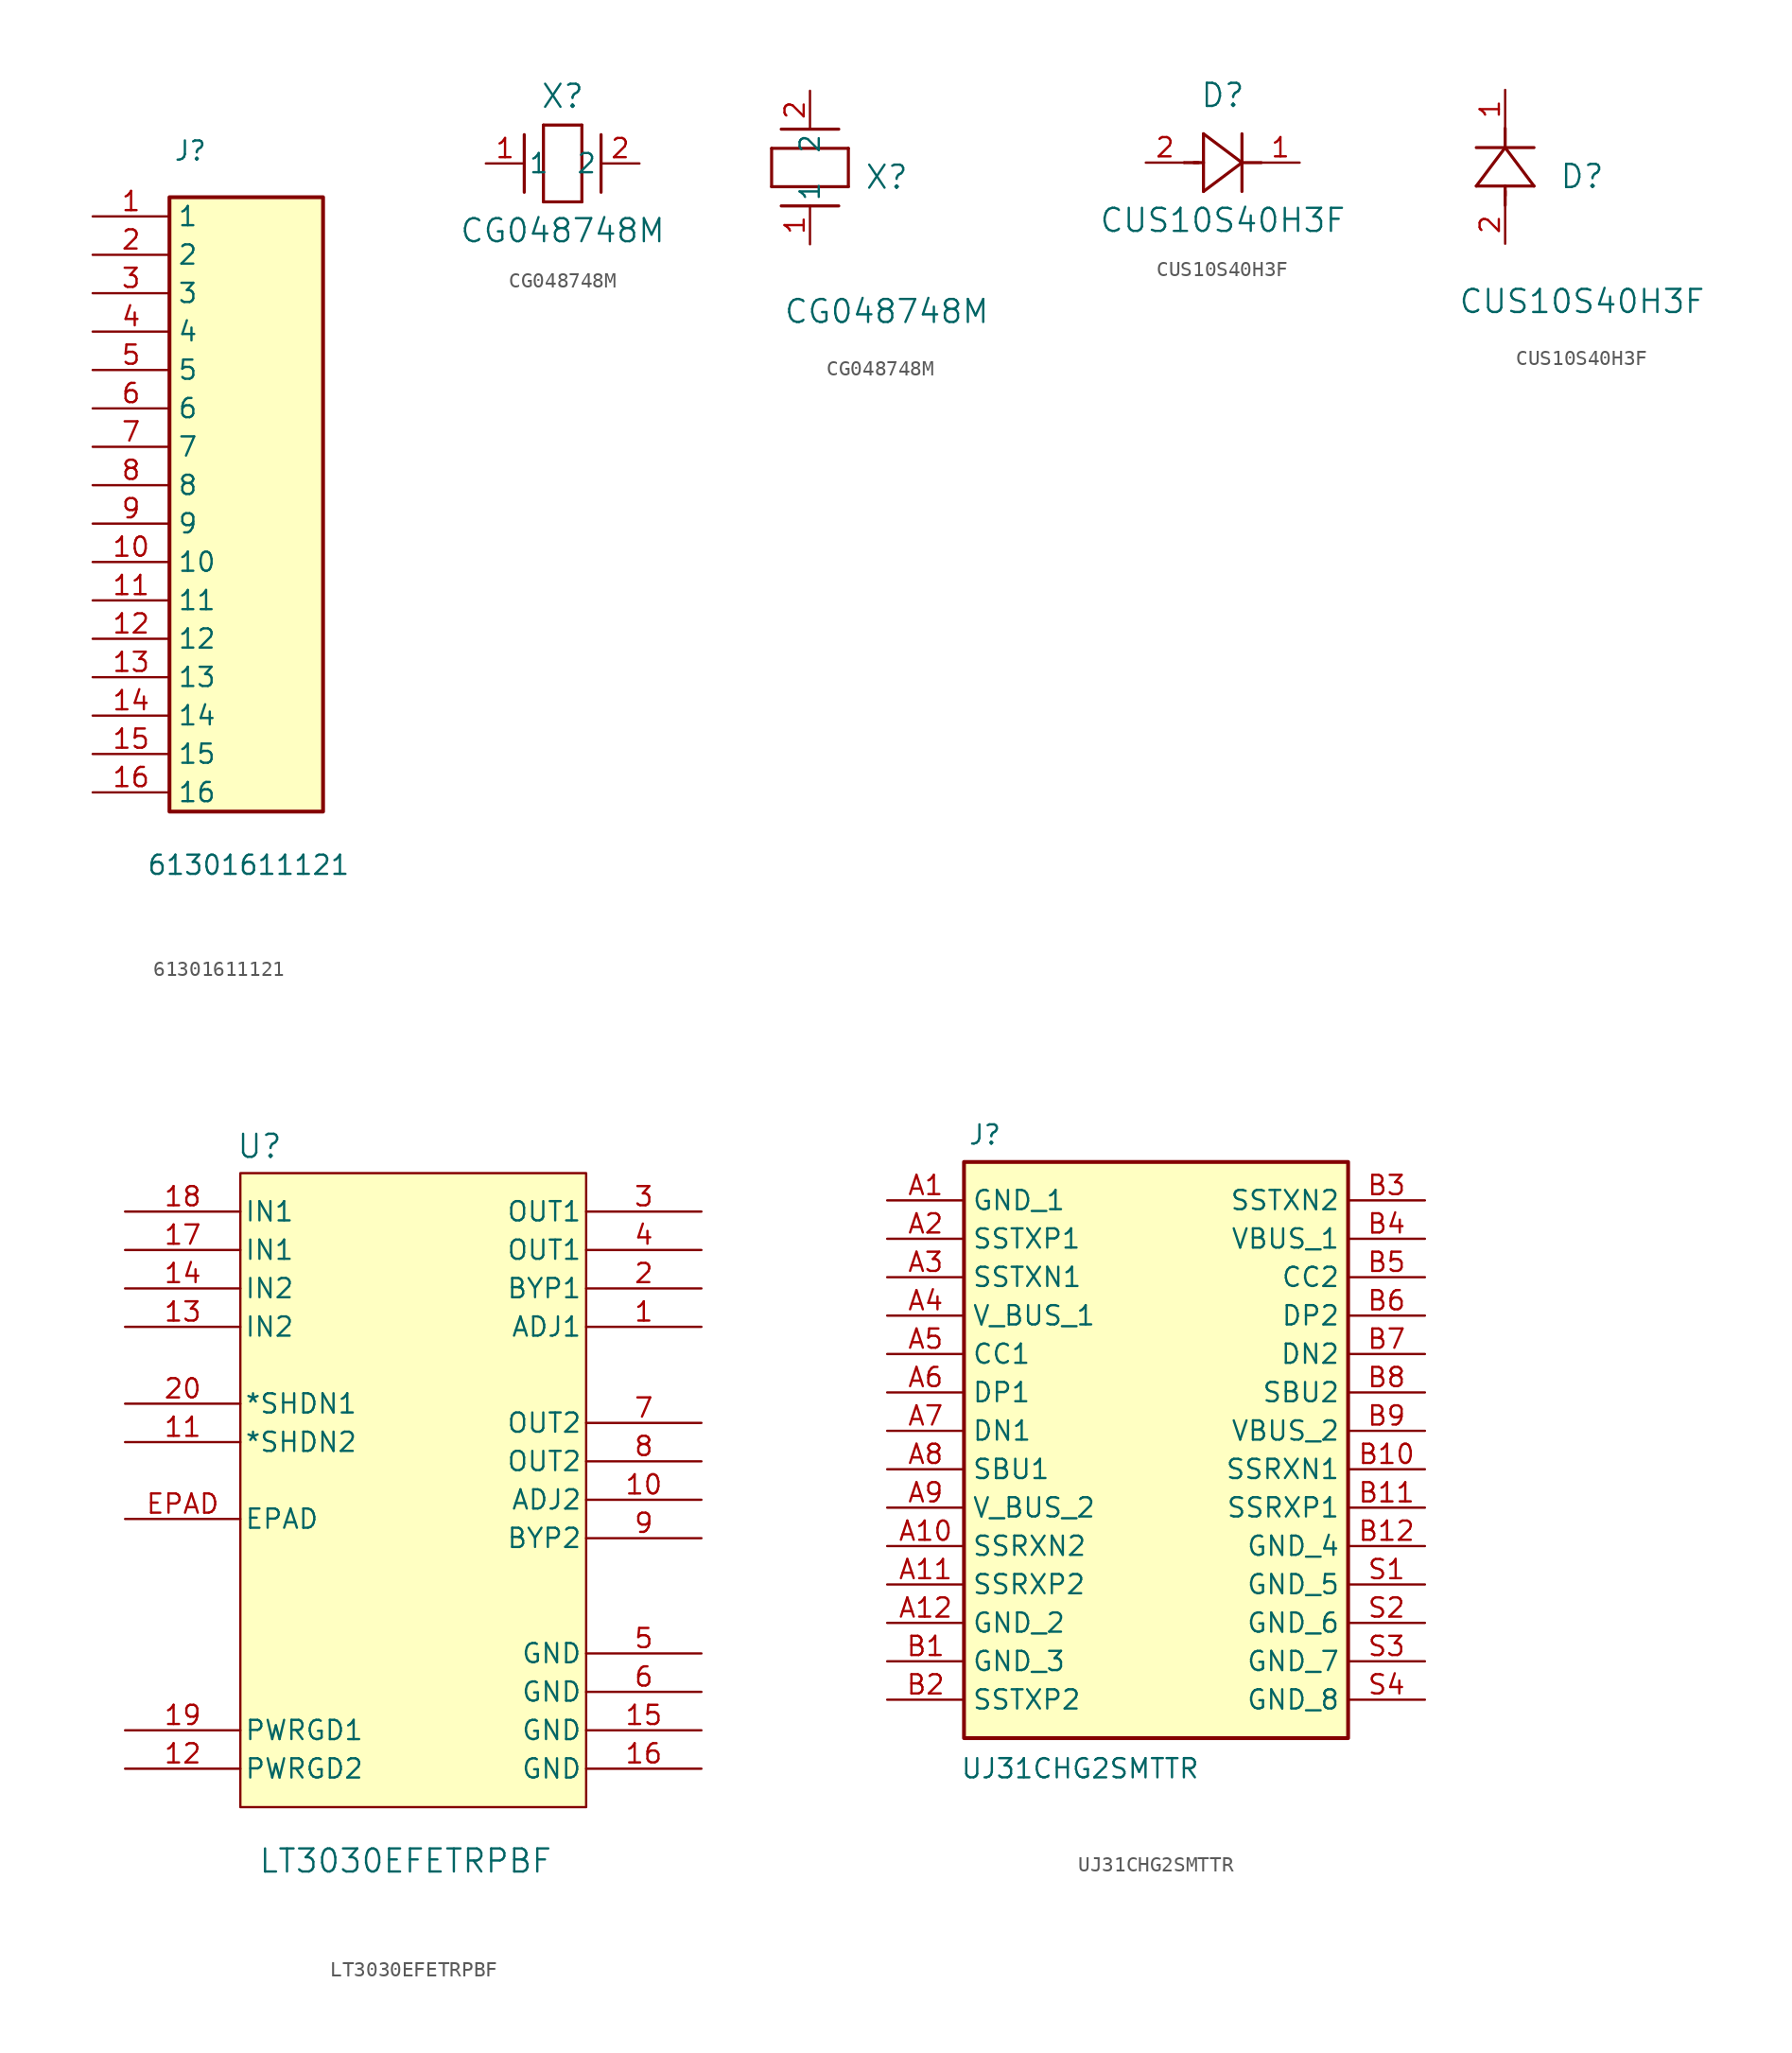
<source format=kicad_sym>
(kicad_symbol_lib
  (version 20241209)
  (generator "kicad_symbol_editor")
  (generator_version "9.0")
  (symbol "61301611121"
    (property "Reference" "J"
      (at 5.334 5.08 0)
      (effects (font (size 1.27 1.27)) (justify left top)))
    (property "Value" "61301611121"
      (at 3.556 -42.164 0)
      (effects (font (size 1.27 1.27)) (justify left top)))
    (symbol "61301611121_1_1"
      (rectangle (start 5.08 1.27) (end 15.24 -39.37) (stroke (width 0.254) (type default)) (fill (type background)))
      (pin passive line (at 0 0 0) (length 5.08) (name "1" (effects (font (size 1.27 1.27)))) (number "1" (effects (font (size 1.27 1.27)))))
      (pin passive line (at 0 -2.54 0) (length 5.08) (name "2" (effects (font (size 1.27 1.27)))) (number "2" (effects (font (size 1.27 1.27)))))
      (pin passive line (at 0 -5.08 0) (length 5.08) (name "3" (effects (font (size 1.27 1.27)))) (number "3" (effects (font (size 1.27 1.27)))))
      (pin passive line (at 0 -7.62 0) (length 5.08) (name "4" (effects (font (size 1.27 1.27)))) (number "4" (effects (font (size 1.27 1.27)))))
      (pin passive line (at 0 -10.16 0) (length 5.08) (name "5" (effects (font (size 1.27 1.27)))) (number "5" (effects (font (size 1.27 1.27)))))
      (pin passive line (at 0 -12.7 0) (length 5.08) (name "6" (effects (font (size 1.27 1.27)))) (number "6" (effects (font (size 1.27 1.27)))))
      (pin passive line (at 0 -15.24 0) (length 5.08) (name "7" (effects (font (size 1.27 1.27)))) (number "7" (effects (font (size 1.27 1.27)))))
      (pin passive line (at 0 -17.78 0) (length 5.08) (name "8" (effects (font (size 1.27 1.27)))) (number "8" (effects (font (size 1.27 1.27)))))
      (pin passive line (at 0 -20.32 0) (length 5.08) (name "9" (effects (font (size 1.27 1.27)))) (number "9" (effects (font (size 1.27 1.27)))))
      (pin passive line (at 0 -22.86 0) (length 5.08) (name "10" (effects (font (size 1.27 1.27)))) (number "10" (effects (font (size 1.27 1.27)))))
      (pin passive line (at 0 -25.4 0) (length 5.08) (name "11" (effects (font (size 1.27 1.27)))) (number "11" (effects (font (size 1.27 1.27)))))
      (pin passive line (at 0 -27.94 0) (length 5.08) (name "12" (effects (font (size 1.27 1.27)))) (number "12" (effects (font (size 1.27 1.27)))))
      (pin passive line (at 0 -30.48 0) (length 5.08) (name "13" (effects (font (size 1.27 1.27)))) (number "13" (effects (font (size 1.27 1.27)))))
      (pin passive line (at 0 -33.02 0) (length 5.08) (name "14" (effects (font (size 1.27 1.27)))) (number "14" (effects (font (size 1.27 1.27)))))
      (pin passive line (at 0 -35.56 0) (length 5.08) (name "15" (effects (font (size 1.27 1.27)))) (number "15" (effects (font (size 1.27 1.27)))))
      (pin passive line (at 0 -38.1 0) (length 5.08) (name "16" (effects (font (size 1.27 1.27)))) (number "16" (effects (font (size 1.27 1.27)))))))
  (symbol "CG048748M"
    (pin_names
      (offset 0.254))
    (property "Reference" "X"
      (at 5.08 4.445 0)
      (effects (font (size 1.524 1.524))))
    (property "Value" "CG048748M"
      (at 5.08 -4.445 0)
      (effects (font (size 1.524 1.524))))
    (symbol "CG048748M_1_1"
      (polyline (pts (xy 2.54 -1.905) (xy 2.54 1.905)) (stroke (width 0.203) (type default)) (fill (type none)))
      (polyline (pts (xy 3.81 2.54) (xy 6.35 2.54)) (stroke (width 0.203) (type default)) (fill (type none)))
      (polyline (pts (xy 3.81 -2.54) (xy 3.81 2.54)) (stroke (width 0.203) (type default)) (fill (type none)))
      (polyline (pts (xy 6.35 2.54) (xy 6.35 -2.54)) (stroke (width 0.203) (type default)) (fill (type none)))
      (polyline (pts (xy 6.35 -2.54) (xy 3.81 -2.54)) (stroke (width 0.203) (type default)) (fill (type none)))
      (polyline (pts (xy 7.62 -1.905) (xy 7.62 1.905)) (stroke (width 0.203) (type default)) (fill (type none)))
      (pin unspecified line (at 0 0 0) (length 2.54) (name "1" (effects (font (size 1.27 1.27)))) (number "1" (effects (font (size 1.27 1.27)))))
      (pin unspecified line (at 10.16 0 180) (length 2.54) (name "2" (effects (font (size 1.27 1.27)))) (number "2" (effects (font (size 1.27 1.27))))))
    (symbol "CG048748M_1_2"
      (polyline (pts (xy -2.54 6.35) (xy 2.54 6.35)) (stroke (width 0.203) (type default)) (fill (type none)))
      (polyline (pts (xy -2.54 3.81) (xy -2.54 6.35)) (stroke (width 0.203) (type default)) (fill (type none)))
      (polyline (pts (xy 1.905 7.62) (xy -1.905 7.62)) (stroke (width 0.203) (type default)) (fill (type none)))
      (polyline (pts (xy 1.905 2.54) (xy -1.905 2.54)) (stroke (width 0.203) (type default)) (fill (type none)))
      (polyline (pts (xy 2.54 6.35) (xy 2.54 3.81)) (stroke (width 0.203) (type default)) (fill (type none)))
      (polyline (pts (xy 2.54 3.81) (xy -2.54 3.81)) (stroke (width 0.203) (type default)) (fill (type none)))
      (pin unspecified line (at 0 10.16 270) (length 2.54) (name "2" (effects (font (size 1.27 1.27)))) (number "2" (effects (font (size 1.27 1.27)))))
      (pin unspecified line (at 0 0 90) (length 2.54) (name "1" (effects (font (size 1.27 1.27)))) (number "1" (effects (font (size 1.27 1.27)))))))
  (symbol "CUS10S40H3F"
    (pin_names
      (offset 0.254))
    (property "Reference" "D"
      (at 5.08 4.445 0)
      (effects (font (size 1.524 1.524))))
    (property "Value" "CUS10S40H3F"
      (at 5.08 -3.81 0)
      (effects (font (size 1.524 1.524))))
    (symbol "CUS10S40H3F_1_1"
      (polyline (pts (xy 2.54 0) (xy 3.48 0)) (stroke (width 0.203) (type default)) (fill (type none)))
      (polyline (pts (xy 3.175 0) (xy 3.81 0)) (stroke (width 0.203) (type default)) (fill (type none)))
      (polyline (pts (xy 3.81 1.905) (xy 3.81 -1.905)) (stroke (width 0.203) (type default)) (fill (type none)))
      (polyline (pts (xy 3.81 -1.905) (xy 6.35 0)) (stroke (width 0.203) (type default)) (fill (type none)))
      (polyline (pts (xy 6.35 0) (xy 3.81 1.905)) (stroke (width 0.203) (type default)) (fill (type none)))
      (polyline (pts (xy 6.35 0) (xy 7.62 0)) (stroke (width 0.203) (type default)) (fill (type none)))
      (polyline (pts (xy 6.35 -1.905) (xy 6.35 1.905)) (stroke (width 0.203) (type default)) (fill (type none)))
      (pin unspecified line (at 0 0 0) (length 2.54) (name "" (effects (font (size 1.27 1.27)))) (number "2" (effects (font (size 1.27 1.27)))))
      (pin unspecified line (at 10.16 0 180) (length 2.54) (name "" (effects (font (size 1.27 1.27)))) (number "1" (effects (font (size 1.27 1.27))))))
    (symbol "CUS10S40H3F_1_2"
      (polyline (pts (xy -1.905 3.81) (xy 1.905 3.81)) (stroke (width 0.203) (type default)) (fill (type none)))
      (polyline (pts (xy 0 6.35) (xy -1.905 3.81)) (stroke (width 0.203) (type default)) (fill (type none)))
      (polyline (pts (xy 0 6.35) (xy 0 7.62)) (stroke (width 0.203) (type default)) (fill (type none)))
      (polyline (pts (xy 0 3.175) (xy 0 3.81)) (stroke (width 0.203) (type default)) (fill (type none)))
      (polyline (pts (xy 0 2.54) (xy 0 3.48)) (stroke (width 0.203) (type default)) (fill (type none)))
      (polyline (pts (xy 1.905 6.35) (xy -1.905 6.35)) (stroke (width 0.203) (type default)) (fill (type none)))
      (polyline (pts (xy 1.905 3.81) (xy 0 6.35)) (stroke (width 0.203) (type default)) (fill (type none)))
      (pin unspecified line (at 0 10.16 270) (length 2.54) (name "" (effects (font (size 1.27 1.27)))) (number "1" (effects (font (size 1.27 1.27)))))
      (pin unspecified line (at 0 0 90) (length 2.54) (name "" (effects (font (size 1.27 1.27)))) (number "2" (effects (font (size 1.27 1.27)))))))
  (symbol "LT3030EFETRPBF"
    (pin_names
      (offset 0.254))
    (property "Reference" "U"
      (at 8.89 5.588 0)
      (effects (font (size 1.524 1.524))))
    (property "Value" "LT3030EFETRPBF"
      (at 18.542 -41.656 0)
      (effects (font (size 1.524 1.524))))
    (symbol "LT3030EFETRPBF_1_1"
      (rectangle (start 7.62 3.81) (end 30.48 -38.1) (stroke (width 0) (type solid)) (fill (type background)))
      (pin input line (at 0 1.27 0) (length 7.62) (name "IN1" (effects (font (size 1.27 1.27)))) (number "18" (effects (font (size 1.27 1.27)))))
      (pin input line (at 0 -1.27 0) (length 7.62) (name "IN1" (effects (font (size 1.27 1.27)))) (number "17" (effects (font (size 1.27 1.27)))))
      (pin input line (at 0 -3.81 0) (length 7.62) (name "IN2" (effects (font (size 1.27 1.27)))) (number "14" (effects (font (size 1.27 1.27)))))
      (pin input line (at 0 -6.35 0) (length 7.62) (name "IN2" (effects (font (size 1.27 1.27)))) (number "13" (effects (font (size 1.27 1.27)))))
      (pin output line (at 0 -11.43 0) (length 7.62) (name "*SHDN1" (effects (font (size 1.27 1.27)))) (number "20" (effects (font (size 1.27 1.27)))))
      (pin output line (at 0 -13.97 0) (length 7.62) (name "*SHDN2" (effects (font (size 1.27 1.27)))) (number "11" (effects (font (size 1.27 1.27)))))
      (pin unspecified line (at 0 -19.05 0) (length 7.62) (name "EPAD" (effects (font (size 1.27 1.27)))) (number "EPAD" (effects (font (size 1.27 1.27)))))
      (pin power_in line (at 0 -33.02 0) (length 7.62) (name "PWRGD1" (effects (font (size 1.27 1.27)))) (number "19" (effects (font (size 1.27 1.27)))))
      (pin power_in line (at 0 -35.56 0) (length 7.62) (name "PWRGD2" (effects (font (size 1.27 1.27)))) (number "12" (effects (font (size 1.27 1.27)))))
      (pin output line (at 38.1 1.27 180) (length 7.62) (name "OUT1" (effects (font (size 1.27 1.27)))) (number "3" (effects (font (size 1.27 1.27)))))
      (pin output line (at 38.1 -1.27 180) (length 7.62) (name "OUT1" (effects (font (size 1.27 1.27)))) (number "4" (effects (font (size 1.27 1.27)))))
      (pin unspecified line (at 38.1 -3.81 180) (length 7.62) (name "BYP1" (effects (font (size 1.27 1.27)))) (number "2" (effects (font (size 1.27 1.27)))))
      (pin input line (at 38.1 -6.35 180) (length 7.62) (name "ADJ1" (effects (font (size 1.27 1.27)))) (number "1" (effects (font (size 1.27 1.27)))))
      (pin output line (at 38.1 -12.7 180) (length 7.62) (name "OUT2" (effects (font (size 1.27 1.27)))) (number "7" (effects (font (size 1.27 1.27)))))
      (pin output line (at 38.1 -15.24 180) (length 7.62) (name "OUT2" (effects (font (size 1.27 1.27)))) (number "8" (effects (font (size 1.27 1.27)))))
      (pin input line (at 38.1 -17.78 180) (length 7.62) (name "ADJ2" (effects (font (size 1.27 1.27)))) (number "10" (effects (font (size 1.27 1.27)))))
      (pin unspecified line (at 38.1 -20.32 180) (length 7.62) (name "BYP2" (effects (font (size 1.27 1.27)))) (number "9" (effects (font (size 1.27 1.27)))))
      (pin power_in line (at 38.1 -27.94 180) (length 7.62) (name "GND" (effects (font (size 1.27 1.27)))) (number "5" (effects (font (size 1.27 1.27)))))
      (pin power_in line (at 38.1 -30.48 180) (length 7.62) (name "GND" (effects (font (size 1.27 1.27)))) (number "6" (effects (font (size 1.27 1.27)))))
      (pin power_in line (at 38.1 -33.02 180) (length 7.62) (name "GND" (effects (font (size 1.27 1.27)))) (number "15" (effects (font (size 1.27 1.27)))))
      (pin power_in line (at 38.1 -35.56 180) (length 7.62) (name "GND" (effects (font (size 1.27 1.27)))) (number "16" (effects (font (size 1.27 1.27)))))))
  (symbol "UJ31CHG2SMTTR"
    (property "Reference" "J"
      (at 5.334 5.08 0)
      (effects (font (size 1.27 1.27)) (justify left top)))
    (property "Value" "UJ31CHG2SMTTR"
      (at 4.826 -36.83 0)
      (effects (font (size 1.27 1.27)) (justify left top)))
    (symbol "UJ31CHG2SMTTR_1_1"
      (rectangle (start 5.08 2.54) (end 30.48 -35.56) (stroke (width 0.254) (type solid)) (fill (type background)))
      (pin passive line (at 0 0 0) (length 5.08) (name "GND_1" (effects (font (size 1.27 1.27)))) (number "A1" (effects (font (size 1.27 1.27)))))
      (pin passive line (at 0 -2.54 0) (length 5.08) (name "SSTXP1" (effects (font (size 1.27 1.27)))) (number "A2" (effects (font (size 1.27 1.27)))))
      (pin passive line (at 0 -5.08 0) (length 5.08) (name "SSTXN1" (effects (font (size 1.27 1.27)))) (number "A3" (effects (font (size 1.27 1.27)))))
      (pin passive line (at 0 -7.62 0) (length 5.08) (name "V_BUS_1" (effects (font (size 1.27 1.27)))) (number "A4" (effects (font (size 1.27 1.27)))))
      (pin passive line (at 0 -10.16 0) (length 5.08) (name "CC1" (effects (font (size 1.27 1.27)))) (number "A5" (effects (font (size 1.27 1.27)))))
      (pin passive line (at 0 -12.7 0) (length 5.08) (name "DP1" (effects (font (size 1.27 1.27)))) (number "A6" (effects (font (size 1.27 1.27)))))
      (pin passive line (at 0 -15.24 0) (length 5.08) (name "DN1" (effects (font (size 1.27 1.27)))) (number "A7" (effects (font (size 1.27 1.27)))))
      (pin passive line (at 0 -17.78 0) (length 5.08) (name "SBU1" (effects (font (size 1.27 1.27)))) (number "A8" (effects (font (size 1.27 1.27)))))
      (pin passive line (at 0 -20.32 0) (length 5.08) (name "V_BUS_2" (effects (font (size 1.27 1.27)))) (number "A9" (effects (font (size 1.27 1.27)))))
      (pin passive line (at 0 -22.86 0) (length 5.08) (name "SSRXN2" (effects (font (size 1.27 1.27)))) (number "A10" (effects (font (size 1.27 1.27)))))
      (pin passive line (at 0 -25.4 0) (length 5.08) (name "SSRXP2" (effects (font (size 1.27 1.27)))) (number "A11" (effects (font (size 1.27 1.27)))))
      (pin passive line (at 0 -27.94 0) (length 5.08) (name "GND_2" (effects (font (size 1.27 1.27)))) (number "A12" (effects (font (size 1.27 1.27)))))
      (pin passive line (at 0 -30.48 0) (length 5.08) (name "GND_3" (effects (font (size 1.27 1.27)))) (number "B1" (effects (font (size 1.27 1.27)))))
      (pin passive line (at 0 -33.02 0) (length 5.08) (name "SSTXP2" (effects (font (size 1.27 1.27)))) (number "B2" (effects (font (size 1.27 1.27)))))
      (pin passive line (at 35.56 0 180) (length 5.08) (name "SSTXN2" (effects (font (size 1.27 1.27)))) (number "B3" (effects (font (size 1.27 1.27)))))
      (pin passive line (at 35.56 -2.54 180) (length 5.08) (name "VBUS_1" (effects (font (size 1.27 1.27)))) (number "B4" (effects (font (size 1.27 1.27)))))
      (pin passive line (at 35.56 -5.08 180) (length 5.08) (name "CC2" (effects (font (size 1.27 1.27)))) (number "B5" (effects (font (size 1.27 1.27)))))
      (pin passive line (at 35.56 -7.62 180) (length 5.08) (name "DP2" (effects (font (size 1.27 1.27)))) (number "B6" (effects (font (size 1.27 1.27)))))
      (pin passive line (at 35.56 -10.16 180) (length 5.08) (name "DN2" (effects (font (size 1.27 1.27)))) (number "B7" (effects (font (size 1.27 1.27)))))
      (pin passive line (at 35.56 -12.7 180) (length 5.08) (name "SBU2" (effects (font (size 1.27 1.27)))) (number "B8" (effects (font (size 1.27 1.27)))))
      (pin passive line (at 35.56 -15.24 180) (length 5.08) (name "VBUS_2" (effects (font (size 1.27 1.27)))) (number "B9" (effects (font (size 1.27 1.27)))))
      (pin passive line (at 35.56 -17.78 180) (length 5.08) (name "SSRXN1" (effects (font (size 1.27 1.27)))) (number "B10" (effects (font (size 1.27 1.27)))))
      (pin passive line (at 35.56 -20.32 180) (length 5.08) (name "SSRXP1" (effects (font (size 1.27 1.27)))) (number "B11" (effects (font (size 1.27 1.27)))))
      (pin passive line (at 35.56 -22.86 180) (length 5.08) (name "GND_4" (effects (font (size 1.27 1.27)))) (number "B12" (effects (font (size 1.27 1.27)))))
      (pin passive line (at 35.56 -25.4 180) (length 5.08) (name "GND_5" (effects (font (size 1.27 1.27)))) (number "S1" (effects (font (size 1.27 1.27)))))
      (pin passive line (at 35.56 -27.94 180) (length 5.08) (name "GND_6" (effects (font (size 1.27 1.27)))) (number "S2" (effects (font (size 1.27 1.27)))))
      (pin passive line (at 35.56 -30.48 180) (length 5.08) (name "GND_7" (effects (font (size 1.27 1.27)))) (number "S3" (effects (font (size 1.27 1.27)))))
      (pin passive line (at 35.56 -33.02 180) (length 5.08) (name "GND_8" (effects (font (size 1.27 1.27)))) (number "S4" (effects (font (size 1.27 1.27))))))))
</source>
